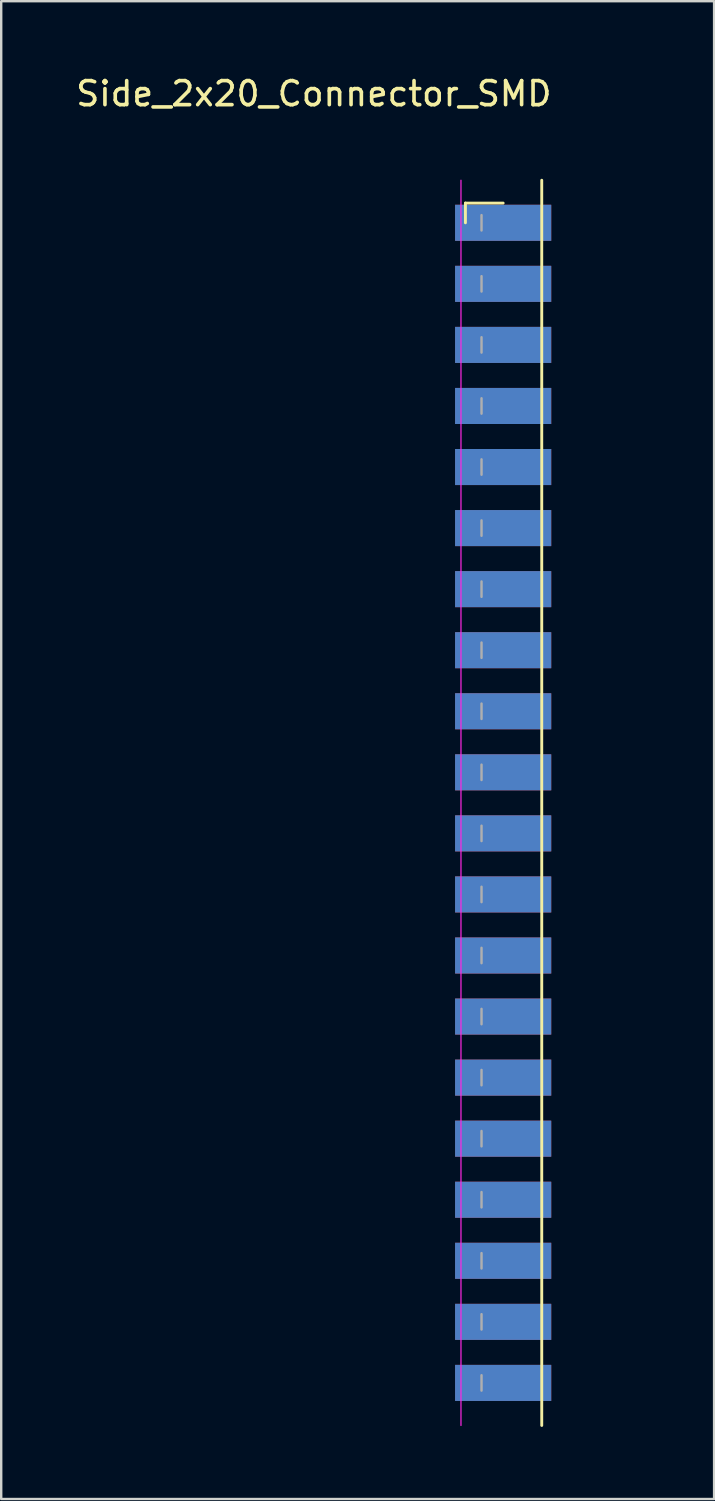
<source format=kicad_pcb>
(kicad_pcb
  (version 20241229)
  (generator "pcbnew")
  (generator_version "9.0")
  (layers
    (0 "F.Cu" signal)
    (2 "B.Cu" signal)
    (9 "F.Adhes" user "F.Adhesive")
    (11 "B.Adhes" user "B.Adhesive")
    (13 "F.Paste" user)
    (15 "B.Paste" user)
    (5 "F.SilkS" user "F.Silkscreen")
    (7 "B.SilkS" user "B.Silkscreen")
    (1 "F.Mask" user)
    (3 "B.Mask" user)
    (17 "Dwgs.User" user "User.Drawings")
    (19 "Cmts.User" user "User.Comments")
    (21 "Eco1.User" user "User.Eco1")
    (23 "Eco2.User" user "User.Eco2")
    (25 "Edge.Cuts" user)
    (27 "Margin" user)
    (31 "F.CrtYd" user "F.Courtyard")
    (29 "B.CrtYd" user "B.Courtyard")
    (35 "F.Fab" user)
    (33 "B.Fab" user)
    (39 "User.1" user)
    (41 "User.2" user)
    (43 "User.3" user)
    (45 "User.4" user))
  (footprint "Side_2x20_Connector_SMD"
    (layer "F.Cu")
    (at 23.406 30.348)
    (property "Reference" "Side_2x20_Connector_SMD" (at -13.4 -29.5 0) (layer "F.SilkS") (effects (font (size 1 1) (thickness 0.15))))
    (attr smd)
    (fp_line (start -7.095 -24.95) (end -5.525 -24.95) (stroke (width 0.12) (type solid)) (layer "F.SilkS"))
    (fp_line (start -7.095 -24.13) (end -7.095 -24.95) (stroke (width 0.12) (type solid)) (layer "F.SilkS"))
    (fp_line (start -3.92 25.9) (end -3.92 -25.9) (stroke (width 0.12) (type solid)) (layer "F.SilkS"))
    (fp_line (start -7.28 25.9) (end -7.28 -25.9) (stroke (width 0.05) (type solid)) (layer "F.CrtYd"))
    (fp_line (start -6.425 -24.45) (end -6.425 -23.81) (stroke (width 0.1) (type solid)) (layer "F.Fab"))
    (fp_line (start -6.425 -21.91) (end -6.425 -21.27) (stroke (width 0.1) (type solid)) (layer "F.Fab"))
    (fp_line (start -6.425 -19.37) (end -6.425 -18.73) (stroke (width 0.1) (type solid)) (layer "F.Fab"))
    (fp_line (start -6.425 -16.83) (end -6.425 -16.19) (stroke (width 0.1) (type solid)) (layer "F.Fab"))
    (fp_line (start -6.425 -14.29) (end -6.425 -13.65) (stroke (width 0.1) (type solid)) (layer "F.Fab"))
    (fp_line (start -6.425 -11.75) (end -6.425 -11.11) (stroke (width 0.1) (type solid)) (layer "F.Fab"))
    (fp_line (start -6.425 -9.21) (end -6.425 -8.57) (stroke (width 0.1) (type solid)) (layer "F.Fab"))
    (fp_line (start -6.425 -6.67) (end -6.425 -6.03) (stroke (width 0.1) (type solid)) (layer "F.Fab"))
    (fp_line (start -6.425 -4.13) (end -6.425 -3.49) (stroke (width 0.1) (type solid)) (layer "F.Fab"))
    (fp_line (start -6.425 -1.59) (end -6.425 -0.95) (stroke (width 0.1) (type solid)) (layer "F.Fab"))
    (fp_line (start -6.425 0.95) (end -6.425 1.59) (stroke (width 0.1) (type solid)) (layer "F.Fab"))
    (fp_line (start -6.425 3.49) (end -6.425 4.13) (stroke (width 0.1) (type solid)) (layer "F.Fab"))
    (fp_line (start -6.425 6.03) (end -6.425 6.67) (stroke (width 0.1) (type solid)) (layer "F.Fab"))
    (fp_line (start -6.425 8.57) (end -6.425 9.21) (stroke (width 0.1) (type solid)) (layer "F.Fab"))
    (fp_line (start -6.425 11.11) (end -6.425 11.75) (stroke (width 0.1) (type solid)) (layer "F.Fab"))
    (fp_line (start -6.425 13.65) (end -6.425 14.29) (stroke (width 0.1) (type solid)) (layer "F.Fab"))
    (fp_line (start -6.425 16.19) (end -6.425 16.83) (stroke (width 0.1) (type solid)) (layer "F.Fab"))
    (fp_line (start -6.425 18.73) (end -6.425 19.37) (stroke (width 0.1) (type solid)) (layer "F.Fab"))
    (fp_line (start -6.425 21.27) (end -6.425 21.91) (stroke (width 0.1) (type solid)) (layer "F.Fab"))
    (fp_line (start -6.425 23.81) (end -6.425 24.45) (stroke (width 0.1) (type solid)) (layer "F.Fab"))
    (pad "1" smd rect (at -5.525 24.13) (size 4 1.5) (layers "F.Cu" "F.Mask" "F.Paste"))
    (pad "2" smd rect (at -5.525 24.13) (size 4 1.5) (layers "B.Cu" "B.Mask" "B.Paste"))
    (pad "3" smd rect (at -5.525 21.59) (size 4 1.5) (layers "F.Cu" "F.Mask" "F.Paste"))
    (pad "4" smd rect (at -5.525 21.59) (size 4 1.5) (layers "B.Cu" "B.Mask" "B.Paste"))
    (pad "5" smd rect (at -5.525 19.05) (size 4 1.5) (layers "F.Cu" "F.Mask" "F.Paste"))
    (pad "6" smd rect (at -5.525 19.05) (size 4 1.5) (layers "B.Cu" "B.Mask" "B.Paste"))
    (pad "7" smd rect (at -5.525 16.51) (size 4 1.5) (layers "F.Cu" "F.Mask" "F.Paste"))
    (pad "8" smd rect (at -5.525 16.51) (size 4 1.5) (layers "B.Cu" "B.Mask" "B.Paste"))
    (pad "9" smd rect (at -5.525 13.97) (size 4 1.5) (layers "F.Cu" "F.Mask" "F.Paste"))
    (pad "10" smd rect (at -5.525 13.97) (size 4 1.5) (layers "B.Cu" "B.Mask" "B.Paste"))
    (pad "11" smd rect (at -5.525 11.43) (size 4 1.5) (layers "F.Cu" "F.Mask" "F.Paste"))
    (pad "12" smd rect (at -5.525 11.43) (size 4 1.5) (layers "B.Cu" "B.Mask" "B.Paste"))
    (pad "13" smd rect (at -5.525 8.89) (size 4 1.5) (layers "F.Cu" "F.Mask" "F.Paste"))
    (pad "14" smd rect (at -5.525 8.89) (size 4 1.5) (layers "B.Cu" "B.Mask" "B.Paste"))
    (pad "15" smd rect (at -5.525 6.35) (size 4 1.5) (layers "F.Cu" "F.Mask" "F.Paste"))
    (pad "16" smd rect (at -5.525 6.35) (size 4 1.5) (layers "B.Cu" "B.Mask" "B.Paste"))
    (pad "17" smd rect (at -5.525 3.81) (size 4 1.5) (layers "F.Cu" "F.Mask" "F.Paste"))
    (pad "18" smd rect (at -5.525 3.81) (size 4 1.5) (layers "B.Cu" "B.Mask" "B.Paste"))
    (pad "19" smd rect (at -5.525 1.27) (size 4 1.5) (layers "F.Cu" "F.Mask" "F.Paste"))
    (pad "20" smd rect (at -5.525 1.27) (size 4 1.5) (layers "B.Cu" "B.Mask" "B.Paste"))
    (pad "21" smd rect (at -5.525 -1.27) (size 4 1.5) (layers "F.Cu" "F.Mask" "F.Paste"))
    (pad "22" smd rect (at -5.525 -1.27) (size 4 1.5) (layers "B.Cu" "B.Mask" "B.Paste"))
    (pad "23" smd rect (at -5.525 -3.81) (size 4 1.5) (layers "F.Cu" "F.Mask" "F.Paste"))
    (pad "24" smd rect (at -5.525 -3.81) (size 4 1.5) (layers "B.Cu" "B.Mask" "B.Paste"))
    (pad "25" smd rect (at -5.525 -6.35) (size 4 1.5) (layers "F.Cu" "F.Mask" "F.Paste"))
    (pad "26" smd rect (at -5.525 -6.35) (size 4 1.5) (layers "B.Cu" "B.Mask" "B.Paste"))
    (pad "27" smd rect (at -5.525 -8.89) (size 4 1.5) (layers "F.Cu" "F.Mask" "F.Paste"))
    (pad "28" smd rect (at -5.525 -8.89) (size 4 1.5) (layers "B.Cu" "B.Mask" "B.Paste"))
    (pad "29" smd rect (at -5.525 -11.43) (size 4 1.5) (layers "F.Cu" "F.Mask" "F.Paste"))
    (pad "30" smd rect (at -5.525 -11.43) (size 4 1.5) (layers "B.Cu" "B.Mask" "B.Paste"))
    (pad "31" smd rect (at -5.525 -13.97) (size 4 1.5) (layers "F.Cu" "F.Mask" "F.Paste"))
    (pad "32" smd rect (at -5.525 -13.97) (size 4 1.5) (layers "B.Cu" "B.Mask" "B.Paste"))
    (pad "33" smd rect (at -5.525 -16.51) (size 4 1.5) (layers "F.Cu" "F.Mask" "F.Paste"))
    (pad "34" smd rect (at -5.525 -16.51) (size 4 1.5) (layers "B.Cu" "B.Mask" "B.Paste"))
    (pad "35" smd rect (at -5.525 -19.05) (size 4 1.5) (layers "F.Cu" "F.Mask" "F.Paste"))
    (pad "36" smd rect (at -5.525 -19.05) (size 4 1.5) (layers "B.Cu" "B.Mask" "B.Paste"))
    (pad "37" smd rect (at -5.525 -21.59) (size 4 1.5) (layers "F.Cu" "F.Mask" "F.Paste"))
    (pad "38" smd rect (at -5.525 -21.59) (size 4 1.5) (layers "B.Cu" "B.Mask" "B.Paste"))
    (pad "39" smd rect (at -5.525 -24.13) (size 4 1.5) (layers "F.Cu" "F.Mask" "F.Paste"))
    (pad "40" smd rect (at -5.525 -24.13) (size 4 1.5) (layers "B.Cu" "B.Mask" "B.Paste")))
  (gr_rect
    (start -3 -3)
    (end 26.656 59.308)
    (stroke (width 0.1) (type default))
    (fill no)
    (layer "Edge.Cuts")))
</source>
